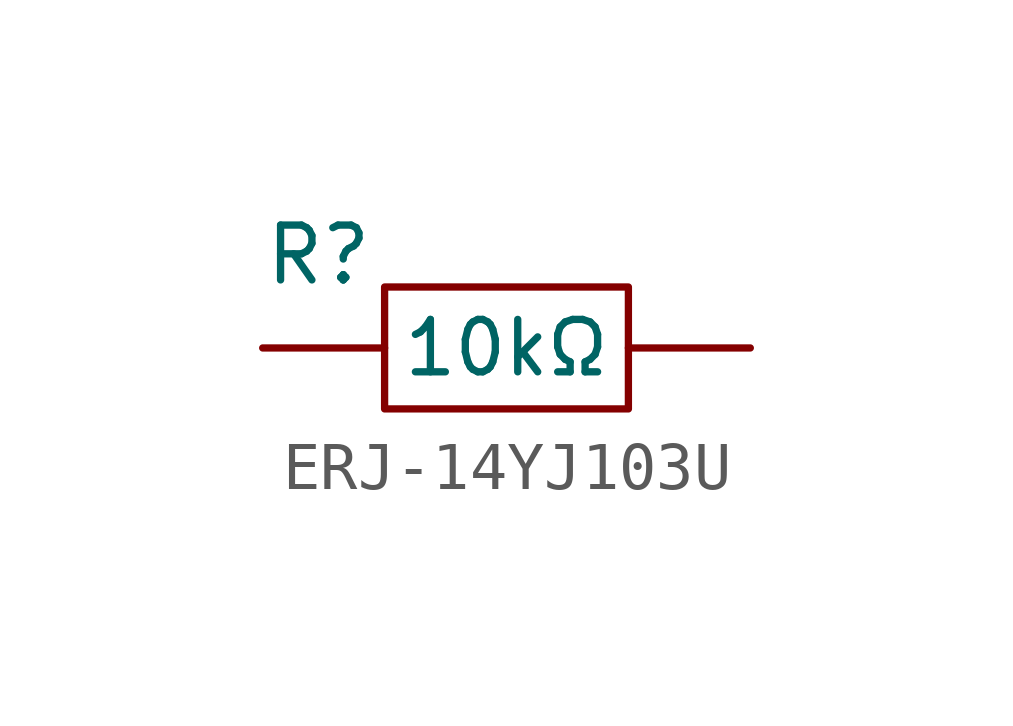
<source format=kicad_sym>
(kicad_symbol_lib
  (version 20211014)
  (generator kicad_symbol_editor)
  (symbol "ERJ-14YJ103U"
    (pin_numbers hide)
    (pin_names
      (offset 1.016) hide)
    (property "Reference" "R"
      (at -5.08 1.27 0)
      (effects (font (size 1.143 1.143)) (justify left bottom)))
    (property "Value" "ERJ-14YJ103U"
      (at -6.35 -3.81 0)
      (effects (font (size 1.143 1.143)) (justify left bottom)))
    (property "Value" "10kΩ"
      (at 0 0 0)
      (effects (font (size 1.092 1.092))))
    (symbol "ERJ-14YJ103U_0_1"
      (rectangle (start -2.54 1.27) (end 2.54 -1.27) (stroke (width 0) (type default) (color 0 0 0 0)) (fill (type none))))
    (symbol "ERJ-14YJ103U_1_1"
      (pin passive line (at -5.08 0 0) (length 2.54) (name "1" (effects (font (size 1.016 1.016)))) (number "1" (effects (font (size 1.016 1.016)))))
      (pin passive line (at 5.08 0 180) (length 2.54) (name "2" (effects (font (size 1.016 1.016)))) (number "2" (effects (font (size 1.016 1.016))))))))
</source>
